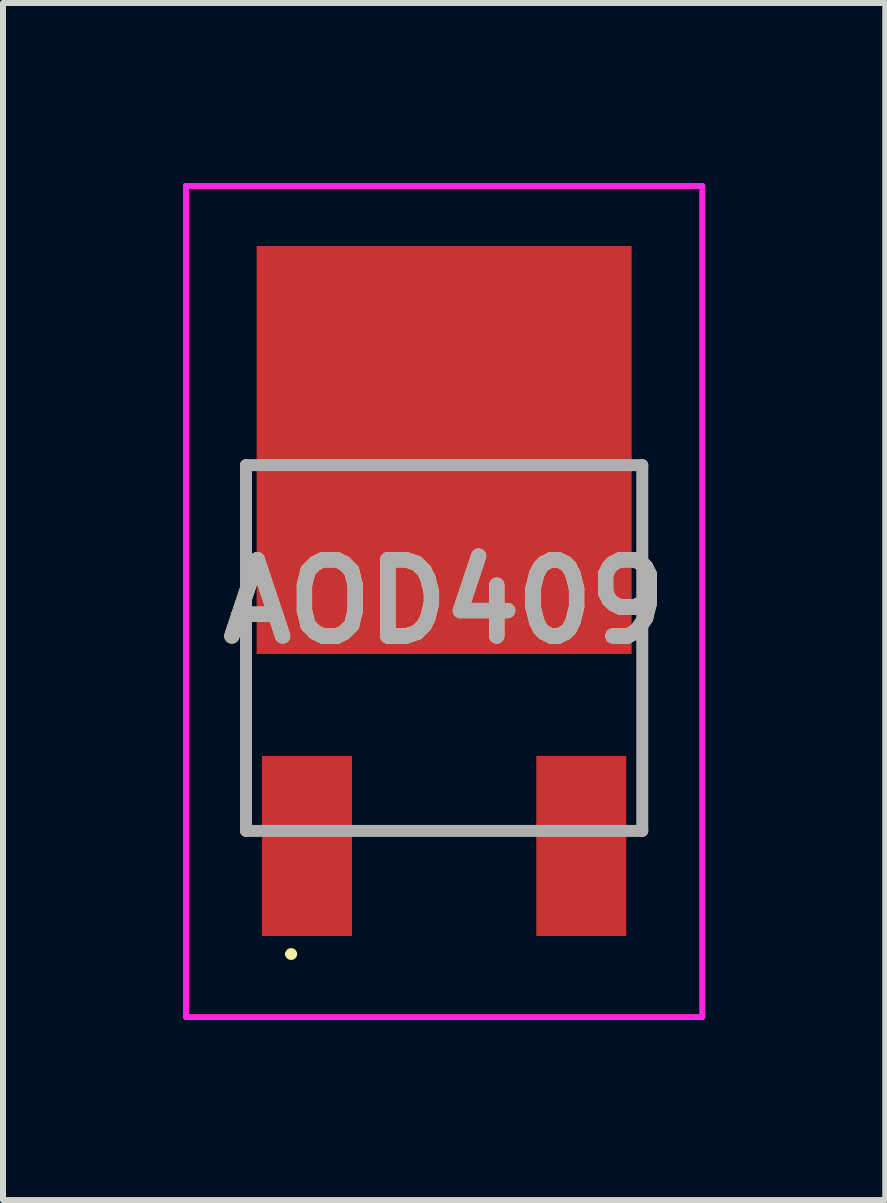
<source format=kicad_pcb>
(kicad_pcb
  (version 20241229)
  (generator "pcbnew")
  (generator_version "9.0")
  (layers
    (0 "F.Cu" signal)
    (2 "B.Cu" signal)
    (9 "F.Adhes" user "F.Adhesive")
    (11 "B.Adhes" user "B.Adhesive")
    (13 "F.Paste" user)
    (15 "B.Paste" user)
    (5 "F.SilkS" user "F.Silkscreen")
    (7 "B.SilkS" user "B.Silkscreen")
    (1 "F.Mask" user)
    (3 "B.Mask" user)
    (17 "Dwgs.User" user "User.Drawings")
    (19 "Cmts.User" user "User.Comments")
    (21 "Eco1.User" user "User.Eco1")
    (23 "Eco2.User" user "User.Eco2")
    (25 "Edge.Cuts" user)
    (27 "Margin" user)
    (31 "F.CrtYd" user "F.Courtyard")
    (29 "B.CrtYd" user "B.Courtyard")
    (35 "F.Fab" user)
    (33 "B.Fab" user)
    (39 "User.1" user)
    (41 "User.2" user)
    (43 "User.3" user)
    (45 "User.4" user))
  (footprint "AOD409"
    (layer "F.Cu")
    (at 4.352 7.75)
    (property "Reference" "AOD409" (at 0 -0.775 0) (layer "F.SilkS") (effects (font (size 1.27 1.27) (thickness 0.254))))
    (attr smd)
    (fp_line (start -2.6 5.1) (end -2.6 5.1) (stroke (width 0.1) (type solid)) (layer "F.SilkS"))
    (fp_line (start -2.5 5.1) (end -2.5 5.1) (stroke (width 0.1) (type solid)) (layer "F.SilkS"))
    (fp_line (start -0.9 3.048) (end 0.9 3.048) (stroke (width 0.1) (type solid)) (layer "F.SilkS"))
    (fp_arc (start -2.6 5.1) (mid -2.55 5.05) (end -2.5 5.1) (stroke (width 0.1) (type solid)) (layer "F.SilkS"))
    (fp_arc (start -2.5 5.1) (mid -2.55 5.15) (end -2.6 5.1) (stroke (width 0.1) (type solid)) (layer "F.SilkS"))
    (fp_line (start -4.302 -7.7) (end 4.302 -7.7) (stroke (width 0.1) (type solid)) (layer "F.CrtYd"))
    (fp_line (start -4.302 6.15) (end -4.302 -7.7) (stroke (width 0.1) (type solid)) (layer "F.CrtYd"))
    (fp_line (start 4.302 -7.7) (end 4.302 6.15) (stroke (width 0.1) (type solid)) (layer "F.CrtYd"))
    (fp_line (start 4.302 6.15) (end -4.302 6.15) (stroke (width 0.1) (type solid)) (layer "F.CrtYd"))
    (fp_line (start -3.302 -3.048) (end 3.302 -3.048) (stroke (width 0.2) (type solid)) (layer "F.Fab"))
    (fp_line (start -3.302 3.048) (end -3.302 -3.048) (stroke (width 0.2) (type solid)) (layer "F.Fab"))
    (fp_line (start 3.302 -3.048) (end 3.302 3.048) (stroke (width 0.2) (type solid)) (layer "F.Fab"))
    (fp_line (start 3.302 3.048) (end -3.302 3.048) (stroke (width 0.2) (type solid)) (layer "F.Fab"))
    (fp_text user "${REFERENCE}" (at 0 -0.775 0) (layer "F.Fab") (effects (font (size 1.27 1.27) (thickness 0.254))))
    (pad "1" smd rect (at -2.286 3.3) (size 1.5 3) (layers "F.Cu" "F.Mask" "F.Paste"))
    (pad "2" smd rect (at 0 -3.3) (size 6.25 6.8) (layers "F.Cu" "F.Mask" "F.Paste"))
    (pad "3" smd rect (at 2.286 3.3) (size 1.5 3) (layers "F.Cu" "F.Mask" "F.Paste")))
  (gr_rect
    (start -3 -3)
    (end 11.704 16.95)
    (stroke (width 0.1) (type default))
    (fill no)
    (layer "Edge.Cuts")))
</source>
